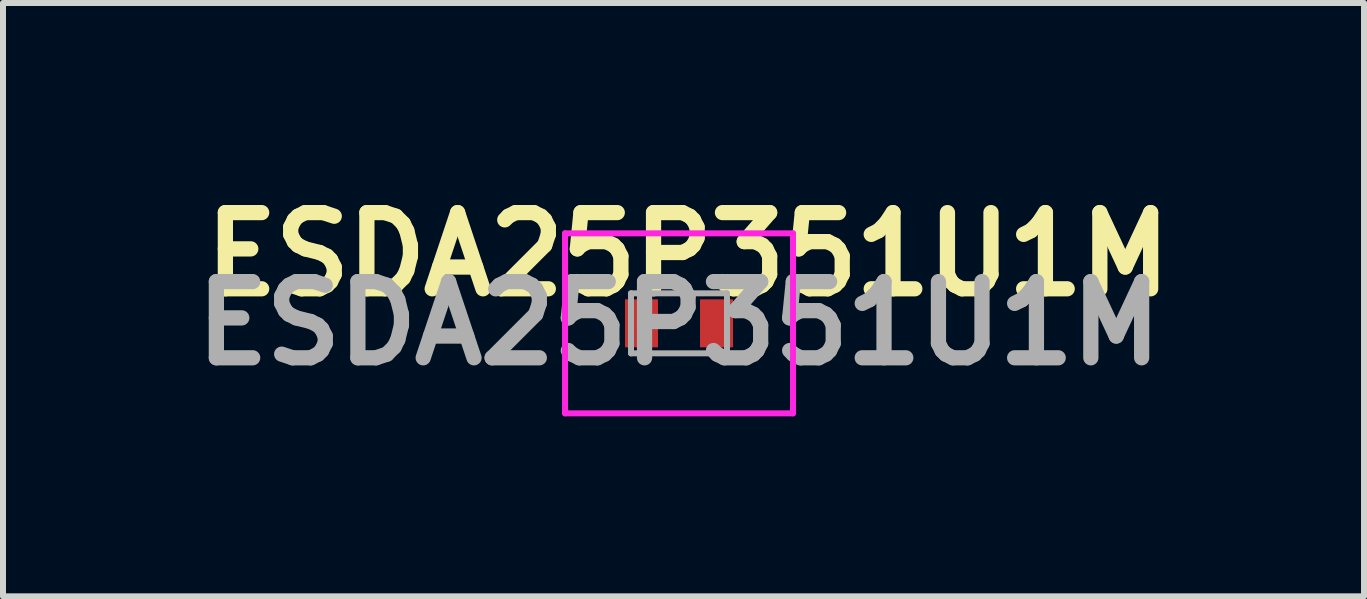
<source format=kicad_pcb>
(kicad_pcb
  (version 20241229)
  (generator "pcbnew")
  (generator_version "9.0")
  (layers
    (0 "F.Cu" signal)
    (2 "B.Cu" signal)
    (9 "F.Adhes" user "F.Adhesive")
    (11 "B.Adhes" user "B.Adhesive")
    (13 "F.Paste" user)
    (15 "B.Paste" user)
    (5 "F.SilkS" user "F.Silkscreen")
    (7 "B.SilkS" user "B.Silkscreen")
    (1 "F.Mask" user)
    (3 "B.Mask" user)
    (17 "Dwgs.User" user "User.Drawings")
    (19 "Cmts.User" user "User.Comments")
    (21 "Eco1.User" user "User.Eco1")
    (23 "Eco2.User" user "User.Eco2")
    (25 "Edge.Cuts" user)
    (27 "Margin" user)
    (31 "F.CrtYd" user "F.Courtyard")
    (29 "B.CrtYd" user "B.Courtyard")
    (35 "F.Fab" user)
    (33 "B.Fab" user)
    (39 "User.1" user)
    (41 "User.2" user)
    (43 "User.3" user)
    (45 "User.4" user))
  (footprint "ESDA25P351U1M"
    (layer "F.Cu")
    (at 8.267 2.339)
    (property "Reference" "ESDA25P351U1M" (at 0.15 -1.15 0) (layer "F.SilkS") (effects (font (size 1.27 1.27) (thickness 0.254))))
    (attr smd)
    (fp_line (start 1.3 0) (end 1.3 0) (stroke (width 0.1) (type solid)) (layer "F.SilkS"))
    (fp_line (start 1.4 0) (end 1.4 0) (stroke (width 0.1) (type solid)) (layer "F.SilkS"))
    (fp_arc (start 1.3 0) (mid 1.35 -0.05) (end 1.4 0) (stroke (width 0.1) (type solid)) (layer "F.SilkS"))
    (fp_arc (start 1.4 0) (mid 1.35 0.05) (end 1.3 0) (stroke (width 0.1) (type solid)) (layer "F.SilkS"))
    (fp_line (start -1.9 -1.5) (end -1.9 1.5) (stroke (width 0.1) (type solid)) (layer "F.CrtYd"))
    (fp_line (start -1.9 1.5) (end 1.9 1.5) (stroke (width 0.1) (type solid)) (layer "F.CrtYd"))
    (fp_line (start 1.9 -1.5) (end -1.9 -1.5) (stroke (width 0.1) (type solid)) (layer "F.CrtYd"))
    (fp_line (start 1.9 1.5) (end 1.9 -1.5) (stroke (width 0.1) (type solid)) (layer "F.CrtYd"))
    (fp_line (start -0.8 -0.5) (end 0.8 -0.5) (stroke (width 0.1) (type solid)) (layer "F.Fab"))
    (fp_line (start -0.8 0.5) (end -0.8 -0.5) (stroke (width 0.1) (type solid)) (layer "F.Fab"))
    (fp_line (start 0.8 -0.5) (end 0.8 0.5) (stroke (width 0.1) (type solid)) (layer "F.Fab"))
    (fp_line (start 0.8 0.5) (end -0.8 0.5) (stroke (width 0.1) (type solid)) (layer "F.Fab"))
    (fp_text user "${REFERENCE}" (at 0 0 0) (layer "F.Fab") (effects (font (size 1.27 1.27) (thickness 0.254))))
    (pad "1" smd rect (at 0.625 0) (size 0.55 0.8) (layers "F.Cu" "F.Mask" "F.Paste"))
    (pad "2" smd rect (at -0.625 0) (size 0.55 0.8) (layers "F.Cu" "F.Mask" "F.Paste")))
  (gr_rect
    (start -3 -3)
    (end 19.684 6.889)
    (stroke (width 0.1) (type default))
    (fill no)
    (layer "Edge.Cuts")))
</source>
